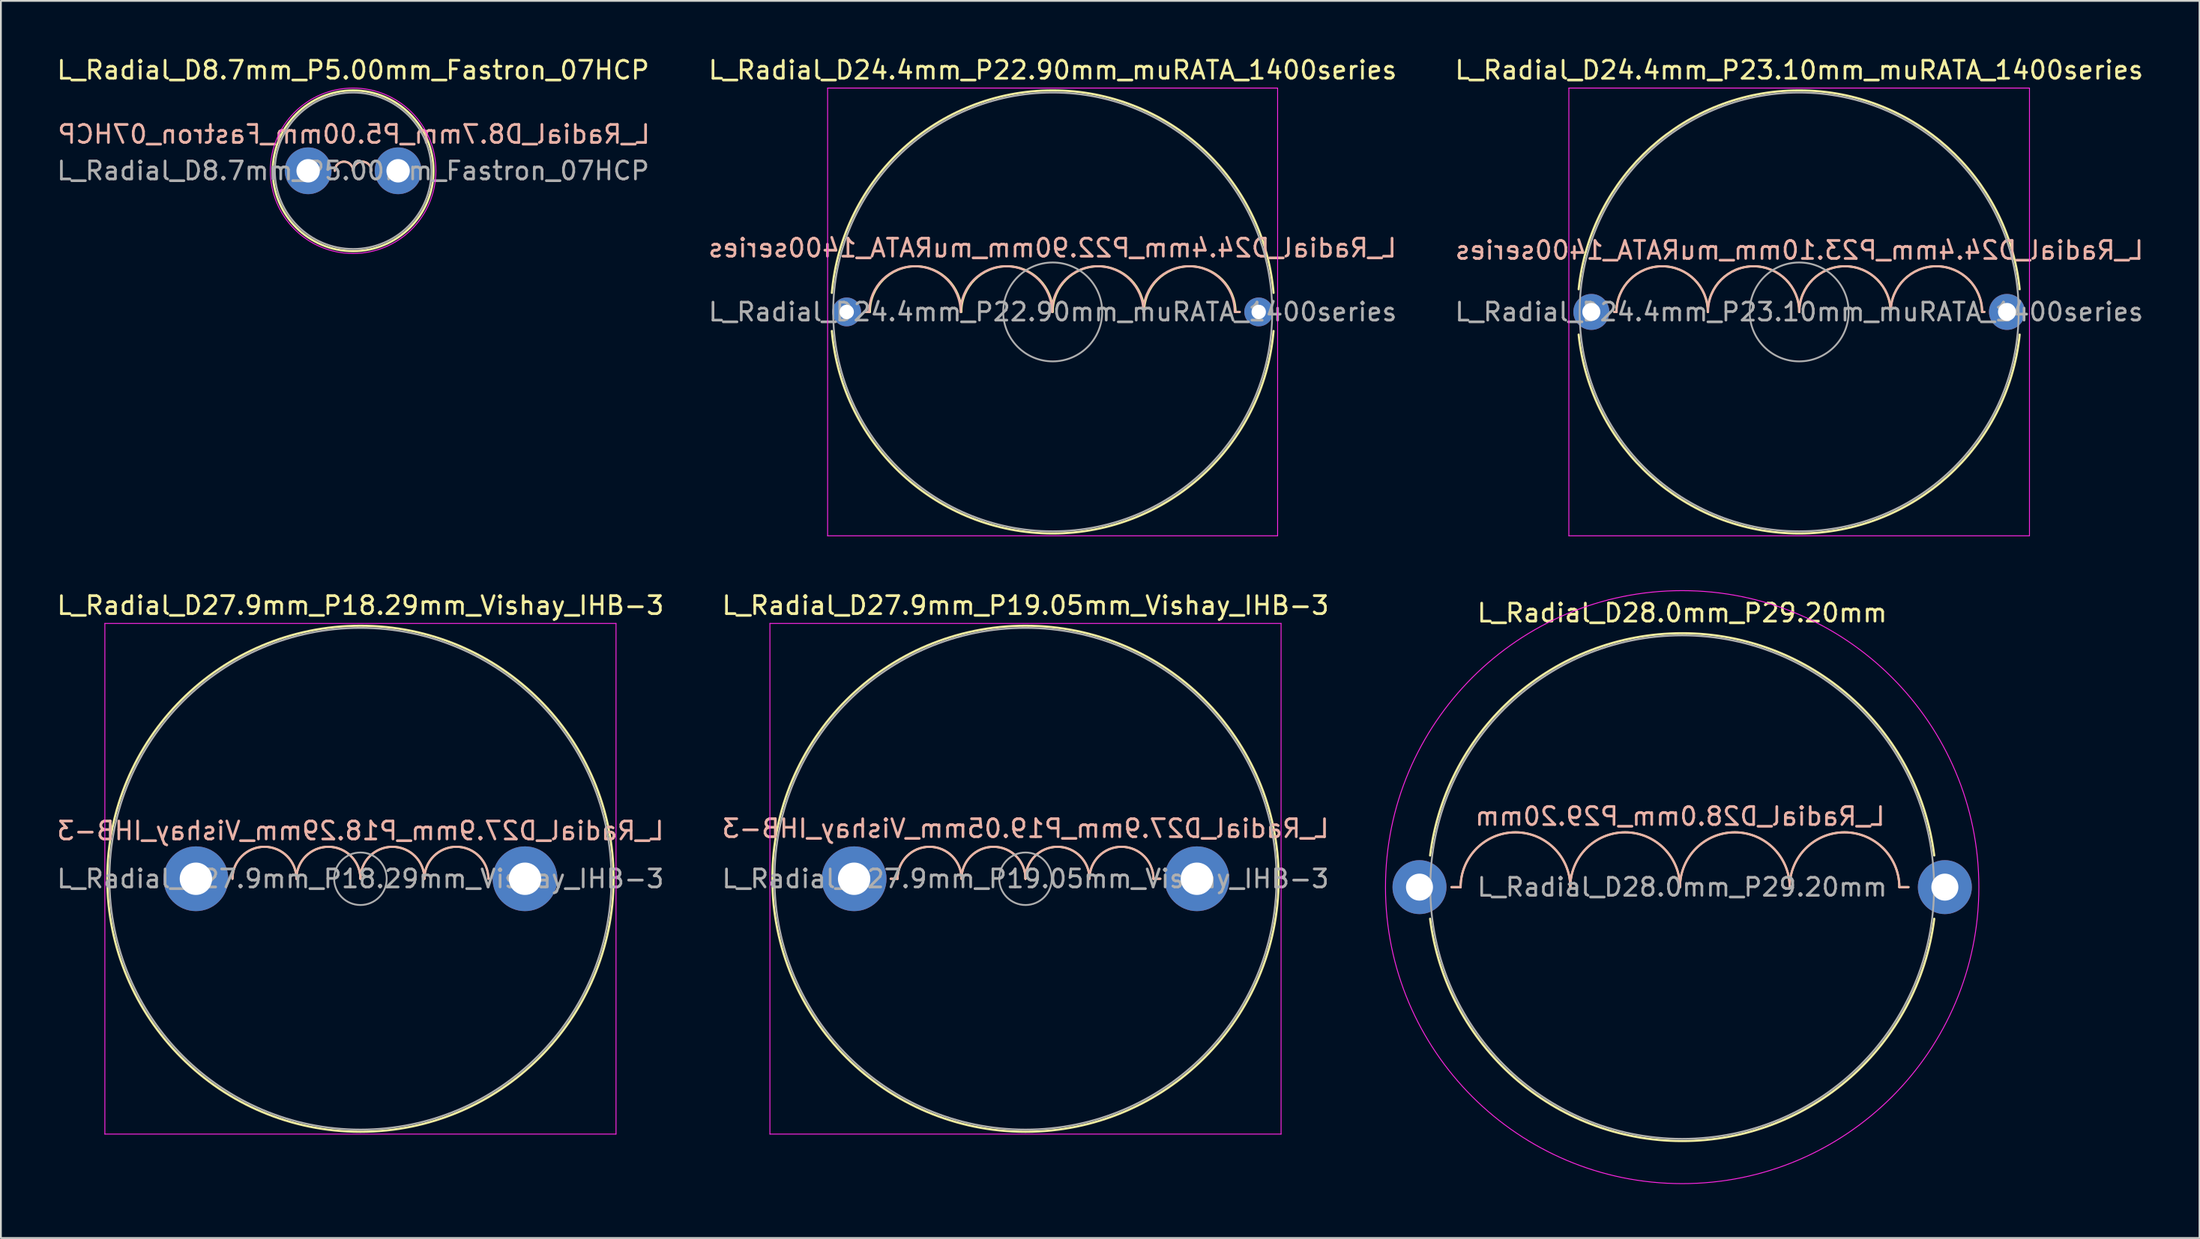
<source format=kicad_pcb>
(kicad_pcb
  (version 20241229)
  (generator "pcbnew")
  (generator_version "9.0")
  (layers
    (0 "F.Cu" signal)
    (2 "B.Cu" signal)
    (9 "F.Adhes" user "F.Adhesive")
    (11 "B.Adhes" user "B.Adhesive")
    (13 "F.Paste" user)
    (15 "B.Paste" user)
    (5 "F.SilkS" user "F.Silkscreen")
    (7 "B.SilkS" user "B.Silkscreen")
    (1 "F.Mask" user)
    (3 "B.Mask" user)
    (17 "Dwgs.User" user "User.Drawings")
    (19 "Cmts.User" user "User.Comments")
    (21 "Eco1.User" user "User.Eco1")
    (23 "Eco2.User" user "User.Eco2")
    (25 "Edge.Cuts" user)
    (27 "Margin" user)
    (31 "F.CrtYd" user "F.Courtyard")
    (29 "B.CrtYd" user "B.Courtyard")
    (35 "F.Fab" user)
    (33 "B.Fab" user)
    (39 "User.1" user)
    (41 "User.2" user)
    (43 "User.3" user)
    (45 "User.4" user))
  (footprint "L_Radial_D24.4mm_P22.90mm_muRATA_1400series"
    (layer "F.Cu")
    (at 44.009 14.298)
    (property "Reference" "L_Radial_D24.4mm_P22.90mm_muRATA_1400series" (at 11.45 -13.45 0) (layer "F.SilkS") (effects (font (size 1 1) (thickness 0.15))))
    (fp_line (start 1.29 0) (end 1.016 0) (stroke (width 0.12) (type solid)) (layer "F.SilkS"))
    (fp_line (start 21.61 0) (end 21.844 0) (stroke (width 0.12) (type solid)) (layer "F.SilkS"))
    (fp_arc (start -0.824315 -1.06) (mid 11.45 -12.32) (end 23.724315 -1.06) (stroke (width 0.12) (type solid)) (layer "F.SilkS"))
    (fp_arc (start 1.29 0) (mid 3.83 -2.54) (end 6.37 0) (stroke (width 0.12) (type solid)) (layer "F.SilkS"))
    (fp_arc (start 6.37 0) (mid 8.91 -2.54) (end 11.45 0) (stroke (width 0.12) (type solid)) (layer "F.SilkS"))
    (fp_arc (start 11.45 0) (mid 13.99 -2.54) (end 16.53 0) (stroke (width 0.12) (type solid)) (layer "F.SilkS"))
    (fp_arc (start 16.53 0) (mid 19.07 -2.54) (end 21.61 0) (stroke (width 0.12) (type solid)) (layer "F.SilkS"))
    (fp_arc (start 23.724315 1.06) (mid 11.45 12.32) (end -0.824315 1.06) (stroke (width 0.12) (type solid)) (layer "F.SilkS"))
    (fp_line (start 1.25 0) (end 1.016 0) (stroke (width 0.12) (type solid)) (layer "B.SilkS"))
    (fp_line (start 21.57 0) (end 21.844 0) (stroke (width 0.12) (type solid)) (layer "B.SilkS"))
    (fp_arc (start 1.25 0) (mid 3.79 -2.54) (end 6.33 0) (stroke (width 0.12) (type solid)) (layer "B.SilkS"))
    (fp_arc (start 6.33 0) (mid 8.87 -2.54) (end 11.41 0) (stroke (width 0.12) (type solid)) (layer "B.SilkS"))
    (fp_arc (start 11.41 0) (mid 13.95 -2.54) (end 16.49 0) (stroke (width 0.12) (type solid)) (layer "B.SilkS"))
    (fp_arc (start 16.49 0) (mid 19.03 -2.54) (end 21.57 0) (stroke (width 0.12) (type solid)) (layer "B.SilkS"))
    (fp_line (start -1.06 -12.45) (end -1.06 12.45) (stroke (width 0.05) (type solid)) (layer "F.CrtYd"))
    (fp_line (start -1.06 12.45) (end 23.95 12.45) (stroke (width 0.05) (type solid)) (layer "F.CrtYd"))
    (fp_line (start 23.95 -12.45) (end -1.06 -12.45) (stroke (width 0.05) (type solid)) (layer "F.CrtYd"))
    (fp_line (start 23.95 12.45) (end 23.95 -12.45) (stroke (width 0.05) (type solid)) (layer "F.CrtYd"))
    (fp_circle (center 11.45 0) (end 14.2 0) (stroke (width 0.1) (type solid)) (fill no) (layer "F.Fab"))
    (fp_circle (center 11.45 0) (end 23.65 0) (stroke (width 0.1) (type solid)) (fill no) (layer "F.Fab"))
    (fp_text user "${REFERENCE}" (at 11.43 -3.556 0) (layer "B.SilkS") (effects (font (size 1 1) (thickness 0.15)) (justify mirror)))
    (fp_text user "${REFERENCE}" (at 11.45 0 0) (layer "F.Fab") (effects (font (size 1 1) (thickness 0.15))))
    (pad "1" thru_hole circle (at 0 0) (size 1.6 1.6) (drill 0.8) (layers "*.Cu" "*.Mask"))
    (pad "2" thru_hole circle (at 22.9 0) (size 1.6 1.6) (drill 0.8) (layers "*.Cu" "*.Mask")))
  (footprint "L_Radial_D8.7mm_P5.00mm_Fastron_07HCP"
    (layer "F.Cu")
    (at 14.077 6.448)
    (property "Reference" "L_Radial_D8.7mm_P5.00mm_Fastron_07HCP" (at 2.5 -5.6 0) (layer "F.SilkS") (effects (font (size 1 1) (thickness 0.15))))
    (fp_arc (start 1.484 0) (mid 1.992 -0.508) (end 2.5 0) (stroke (width 0.12) (type solid)) (layer "F.SilkS"))
    (fp_arc (start 2.5 0) (mid 3.008 -0.508) (end 3.516 0) (stroke (width 0.12) (type solid)) (layer "F.SilkS"))
    (fp_circle (center 2.5 0) (end 6.97 0) (stroke (width 0.12) (type solid)) (fill no) (layer "F.SilkS"))
    (fp_arc (start 1.484 0) (mid 1.992 -0.508) (end 2.5 0) (stroke (width 0.12) (type solid)) (layer "B.SilkS"))
    (fp_arc (start 2.5 0) (mid 3.008 -0.508) (end 3.516 0) (stroke (width 0.12) (type solid)) (layer "B.SilkS"))
    (fp_circle (center 2.5 0) (end 7.1 0) (stroke (width 0.05) (type solid)) (fill no) (layer "F.CrtYd"))
    (fp_circle (center 2.5 0) (end 6.85 0) (stroke (width 0.1) (type solid)) (fill no) (layer "F.Fab"))
    (fp_text user "${REFERENCE}" (at 2.54 -2.032 0) (layer "B.SilkS") (effects (font (size 1 1) (thickness 0.15)) (justify mirror)))
    (fp_text user "${REFERENCE}" (at 2.5 0 0) (layer "F.Fab") (effects (font (size 1 1) (thickness 0.15))))
    (pad "1" thru_hole circle (at 0 0) (size 2.6 2.6) (drill 1.3) (layers "*.Cu" "*.Mask"))
    (pad "2" thru_hole circle (at 5 0) (size 2.6 2.6) (drill 1.3) (layers "*.Cu" "*.Mask")))
  (footprint "L_Radial_D24.4mm_P23.10mm_muRATA_1400series"
    (layer "F.Cu")
    (at 85.397 14.298)
    (property "Reference" "L_Radial_D24.4mm_P23.10mm_muRATA_1400series" (at 11.55 -13.45 0) (layer "F.SilkS") (effects (font (size 1 1) (thickness 0.15))))
    (fp_line (start 1.39 0) (end 1.27 0) (stroke (width 0.12) (type solid)) (layer "F.SilkS"))
    (fp_line (start 21.71 0) (end 21.844 0) (stroke (width 0.12) (type solid)) (layer "F.SilkS"))
    (fp_arc (start -0.705399 -1.26) (mid 11.55 -12.32) (end 23.805399 -1.26) (stroke (width 0.12) (type solid)) (layer "F.SilkS"))
    (fp_arc (start 1.39 0) (mid 3.93 -2.54) (end 6.47 0) (stroke (width 0.12) (type solid)) (layer "F.SilkS"))
    (fp_arc (start 6.47 0) (mid 9.01 -2.54) (end 11.55 0) (stroke (width 0.12) (type solid)) (layer "F.SilkS"))
    (fp_arc (start 11.55 0) (mid 14.09 -2.54) (end 16.63 0) (stroke (width 0.12) (type solid)) (layer "F.SilkS"))
    (fp_arc (start 16.63 0) (mid 19.17 -2.54) (end 21.71 0) (stroke (width 0.12) (type solid)) (layer "F.SilkS"))
    (fp_arc (start 23.805399 1.26) (mid 11.55 12.32) (end -0.705399 1.26) (stroke (width 0.12) (type solid)) (layer "F.SilkS"))
    (fp_line (start 1.404 0) (end 1.27 0) (stroke (width 0.12) (type solid)) (layer "B.SilkS"))
    (fp_line (start 21.724 0) (end 21.844 0) (stroke (width 0.12) (type solid)) (layer "B.SilkS"))
    (fp_arc (start 1.404 0) (mid 3.944 -2.54) (end 6.484 0) (stroke (width 0.12) (type solid)) (layer "B.SilkS"))
    (fp_arc (start 6.484 0) (mid 9.024 -2.54) (end 11.564 0) (stroke (width 0.12) (type solid)) (layer "B.SilkS"))
    (fp_arc (start 11.564 0) (mid 14.104 -2.54) (end 16.644 0) (stroke (width 0.12) (type solid)) (layer "B.SilkS"))
    (fp_arc (start 16.644 0) (mid 19.184 -2.54) (end 21.724 0) (stroke (width 0.12) (type solid)) (layer "B.SilkS"))
    (fp_line (start -1.25 -12.45) (end -1.25 12.45) (stroke (width 0.05) (type solid)) (layer "F.CrtYd"))
    (fp_line (start -1.25 12.45) (end 24.35 12.45) (stroke (width 0.05) (type solid)) (layer "F.CrtYd"))
    (fp_line (start 24.35 -12.45) (end -1.25 -12.45) (stroke (width 0.05) (type solid)) (layer "F.CrtYd"))
    (fp_line (start 24.35 12.45) (end 24.35 -12.45) (stroke (width 0.05) (type solid)) (layer "F.CrtYd"))
    (fp_circle (center 11.55 0) (end 14.3 0) (stroke (width 0.1) (type solid)) (fill no) (layer "F.Fab"))
    (fp_circle (center 11.55 0) (end 23.75 0) (stroke (width 0.1) (type solid)) (fill no) (layer "F.Fab"))
    (fp_text user "${REFERENCE}" (at 11.557 -3.429 0) (layer "B.SilkS") (effects (font (size 1 1) (thickness 0.15)) (justify mirror)))
    (fp_text user "${REFERENCE}" (at 11.55 0 0) (layer "F.Fab") (effects (font (size 1 1) (thickness 0.15))))
    (pad "1" thru_hole circle (at 0 0) (size 2 2) (drill 1) (layers "*.Cu" "*.Mask"))
    (pad "2" thru_hole circle (at 23.1 0) (size 2 2) (drill 1) (layers "*.Cu" "*.Mask")))
  (footprint "L_Radial_D27.9mm_P18.29mm_Vishay_IHB-3"
    (layer "F.Cu")
    (at 7.838 45.822)
    (property "Reference" "L_Radial_D27.9mm_P18.29mm_Vishay_IHB-3" (at 9.145 -15.2 0) (layer "F.SilkS") (effects (font (size 1 1) (thickness 0.15))))
    (fp_arc (start 2.032 0) (mid 3.81 -1.778) (end 5.588 0) (stroke (width 0.12) (type solid)) (layer "F.SilkS"))
    (fp_arc (start 5.588 0) (mid 7.366 -1.778) (end 9.144 0) (stroke (width 0.12) (type solid)) (layer "F.SilkS"))
    (fp_arc (start 9.145 0) (mid 10.922 -1.777) (end 12.699 0) (stroke (width 0.12) (type solid)) (layer "F.SilkS"))
    (fp_arc (start 12.7 0) (mid 14.478 -1.778) (end 16.256 0) (stroke (width 0.12) (type solid)) (layer "F.SilkS"))
    (fp_circle (center 9.145 0) (end 23.215 0) (stroke (width 0.12) (type solid)) (fill no) (layer "F.SilkS"))
    (fp_arc (start 2.032 0) (mid 3.81 -1.778) (end 5.588 0) (stroke (width 0.12) (type solid)) (layer "B.SilkS"))
    (fp_arc (start 5.589 0) (mid 7.366 -1.777) (end 9.143 0) (stroke (width 0.12) (type solid)) (layer "B.SilkS"))
    (fp_arc (start 9.144 0) (mid 10.922 -1.778) (end 12.7 0) (stroke (width 0.12) (type solid)) (layer "B.SilkS"))
    (fp_arc (start 12.7 0) (mid 14.478 -1.778) (end 16.256 0) (stroke (width 0.12) (type solid)) (layer "B.SilkS"))
    (fp_line (start -5.06 -14.2) (end -5.06 14.2) (stroke (width 0.05) (type solid)) (layer "F.CrtYd"))
    (fp_line (start -5.06 14.2) (end 23.35 14.2) (stroke (width 0.05) (type solid)) (layer "F.CrtYd"))
    (fp_line (start 23.35 -14.2) (end -5.06 -14.2) (stroke (width 0.05) (type solid)) (layer "F.CrtYd"))
    (fp_line (start 23.35 14.2) (end 23.35 -14.2) (stroke (width 0.05) (type solid)) (layer "F.CrtYd"))
    (fp_circle (center 9.145 0) (end 10.605 0) (stroke (width 0.1) (type solid)) (fill no) (layer "F.Fab"))
    (fp_circle (center 9.145 0) (end 23.095 0) (stroke (width 0.1) (type solid)) (fill no) (layer "F.Fab"))
    (fp_text user "${REFERENCE}" (at 9.144 -2.667 0) (layer "B.SilkS") (effects (font (size 1 1) (thickness 0.15)) (justify mirror)))
    (fp_text user "${REFERENCE}" (at 9.145 0 0) (layer "F.Fab") (effects (font (size 1 1) (thickness 0.15))))
    (pad "1" thru_hole circle (at 0 0) (size 3.6 3.6) (drill 1.8) (layers "*.Cu" "*.Mask"))
    (pad "2" thru_hole circle (at 18.29 0) (size 3.6 3.6) (drill 1.8) (layers "*.Cu" "*.Mask")))
  (footprint "L_Radial_D27.9mm_P19.05mm_Vishay_IHB-3"
    (layer "F.Cu")
    (at 44.422 45.822)
    (property "Reference" "L_Radial_D27.9mm_P19.05mm_Vishay_IHB-3" (at 9.525 -15.2 0) (layer "F.SilkS") (effects (font (size 1 1) (thickness 0.15))))
    (fp_line (start 2.413 0) (end 2.032 0) (stroke (width 0.12) (type solid)) (layer "F.SilkS"))
    (fp_line (start 16.637 0) (end 17.018 0) (stroke (width 0.12) (type solid)) (layer "F.SilkS"))
    (fp_arc (start 2.413 0) (mid 4.191 -1.778) (end 5.969 0) (stroke (width 0.12) (type solid)) (layer "F.SilkS"))
    (fp_arc (start 5.969 0) (mid 7.747 -1.778) (end 9.525 0) (stroke (width 0.12) (type solid)) (layer "F.SilkS"))
    (fp_arc (start 9.526 0) (mid 11.303 -1.777) (end 13.08 0) (stroke (width 0.12) (type solid)) (layer "F.SilkS"))
    (fp_arc (start 13.081 0) (mid 14.859 -1.778) (end 16.637 0) (stroke (width 0.12) (type solid)) (layer "F.SilkS"))
    (fp_circle (center 9.525 0) (end 23.595 0) (stroke (width 0.12) (type solid)) (fill no) (layer "F.SilkS"))
    (fp_line (start 2.413 0) (end 2.032 0) (stroke (width 0.12) (type solid)) (layer "B.SilkS"))
    (fp_line (start 16.637 0) (end 17.018 0) (stroke (width 0.12) (type solid)) (layer "B.SilkS"))
    (fp_arc (start 2.413 0) (mid 4.191 -1.778) (end 5.969 0) (stroke (width 0.12) (type solid)) (layer "B.SilkS"))
    (fp_arc (start 5.97 0) (mid 7.747 -1.777) (end 9.524 0) (stroke (width 0.12) (type solid)) (layer "B.SilkS"))
    (fp_arc (start 9.525 0) (mid 11.303 -1.778) (end 13.081 0) (stroke (width 0.12) (type solid)) (layer "B.SilkS"))
    (fp_arc (start 13.081 0) (mid 14.859 -1.778) (end 16.637 0) (stroke (width 0.12) (type solid)) (layer "B.SilkS"))
    (fp_line (start -4.68 -14.2) (end -4.68 14.2) (stroke (width 0.05) (type solid)) (layer "F.CrtYd"))
    (fp_line (start -4.68 14.2) (end 23.73 14.2) (stroke (width 0.05) (type solid)) (layer "F.CrtYd"))
    (fp_line (start 23.73 -14.2) (end -4.68 -14.2) (stroke (width 0.05) (type solid)) (layer "F.CrtYd"))
    (fp_line (start 23.73 14.2) (end 23.73 -14.2) (stroke (width 0.05) (type solid)) (layer "F.CrtYd"))
    (fp_circle (center 9.525 0) (end 10.985 0) (stroke (width 0.1) (type solid)) (fill no) (layer "F.Fab"))
    (fp_circle (center 9.525 0) (end 23.475 0) (stroke (width 0.1) (type solid)) (fill no) (layer "F.Fab"))
    (fp_text user "${REFERENCE}" (at 9.525 -2.794 0) (layer "B.SilkS") (effects (font (size 1 1) (thickness 0.15)) (justify mirror)))
    (fp_text user "${REFERENCE}" (at 9.525 0 0) (layer "F.Fab") (effects (font (size 1 1) (thickness 0.15))))
    (pad "1" thru_hole circle (at 0 0) (size 3.6 3.6) (drill 1.8) (layers "*.Cu" "*.Mask"))
    (pad "2" thru_hole circle (at 19.05 0) (size 3.6 3.6) (drill 1.8) (layers "*.Cu" "*.Mask")))
  (footprint "L_Radial_D28.0mm_P29.20mm"
    (layer "F.Cu")
    (at 75.845 46.288)
    (property "Reference" "L_Radial_D28.0mm_P29.20mm" (at 14.6 -15.25 0) (layer "F.SilkS") (effects (font (size 1 1) (thickness 0.15))))
    (fp_line (start 2.286 0) (end 1.778 0) (stroke (width 0.12) (type solid)) (layer "F.SilkS"))
    (fp_line (start 26.67 0) (end 27.178 0) (stroke (width 0.12) (type solid)) (layer "F.SilkS"))
    (fp_arc (start 0.590118 -1.76) (mid 14.6 -14.12) (end 28.609882 -1.76) (stroke (width 0.12) (type solid)) (layer "F.SilkS"))
    (fp_arc (start 2.286 0) (mid 5.334 -3.048) (end 8.382 0) (stroke (width 0.12) (type solid)) (layer "F.SilkS"))
    (fp_arc (start 8.382 0) (mid 11.43 -3.048) (end 14.478 0) (stroke (width 0.12) (type solid)) (layer "F.SilkS"))
    (fp_arc (start 14.478 0) (mid 17.526 -3.048) (end 20.574 0) (stroke (width 0.12) (type solid)) (layer "F.SilkS"))
    (fp_arc (start 20.574 0) (mid 23.622 -3.048) (end 26.67 0) (stroke (width 0.12) (type solid)) (layer "F.SilkS"))
    (fp_arc (start 28.609882 1.76) (mid 14.6 14.12) (end 0.590118 1.76) (stroke (width 0.12) (type solid)) (layer "F.SilkS"))
    (fp_line (start 2.286 0) (end 1.778 0) (stroke (width 0.12) (type solid)) (layer "B.SilkS"))
    (fp_line (start 26.67 0) (end 27.178 0) (stroke (width 0.12) (type solid)) (layer "B.SilkS"))
    (fp_arc (start 2.286 0) (mid 5.334 -3.048) (end 8.382 0) (stroke (width 0.12) (type solid)) (layer "B.SilkS"))
    (fp_arc (start 8.382 0) (mid 11.43 -3.048) (end 14.478 0) (stroke (width 0.12) (type solid)) (layer "B.SilkS"))
    (fp_arc (start 14.478 0) (mid 17.526 -3.048) (end 20.574 0) (stroke (width 0.12) (type solid)) (layer "B.SilkS"))
    (fp_arc (start 20.574 0) (mid 23.622 -3.048) (end 26.67 0) (stroke (width 0.12) (type solid)) (layer "B.SilkS"))
    (fp_circle (center 14.6 0) (end 31.09 0) (stroke (width 0.05) (type solid)) (fill no) (layer "F.CrtYd"))
    (fp_circle (center 14.6 0) (end 28.6 0) (stroke (width 0.1) (type solid)) (fill no) (layer "F.Fab"))
    (fp_text user "${REFERENCE}" (at 14.478 -3.937 0) (layer "B.SilkS") (effects (font (size 1 1) (thickness 0.15)) (justify mirror)))
    (fp_text user "${REFERENCE}" (at 14.6 0 0) (layer "F.Fab") (effects (font (size 1 1) (thickness 0.15))))
    (pad "1" thru_hole circle (at 0 0) (size 3 3) (drill 1.5) (layers "*.Cu" "*.Mask"))
    (pad "2" thru_hole circle (at 29.2 0) (size 3 3) (drill 1.5) (layers "*.Cu" "*.Mask")))
  (gr_rect
    (start -3 -3)
    (end 119.198 65.803)
    (stroke (width 0.1) (type default))
    (fill no)
    (layer "Edge.Cuts")))
</source>
